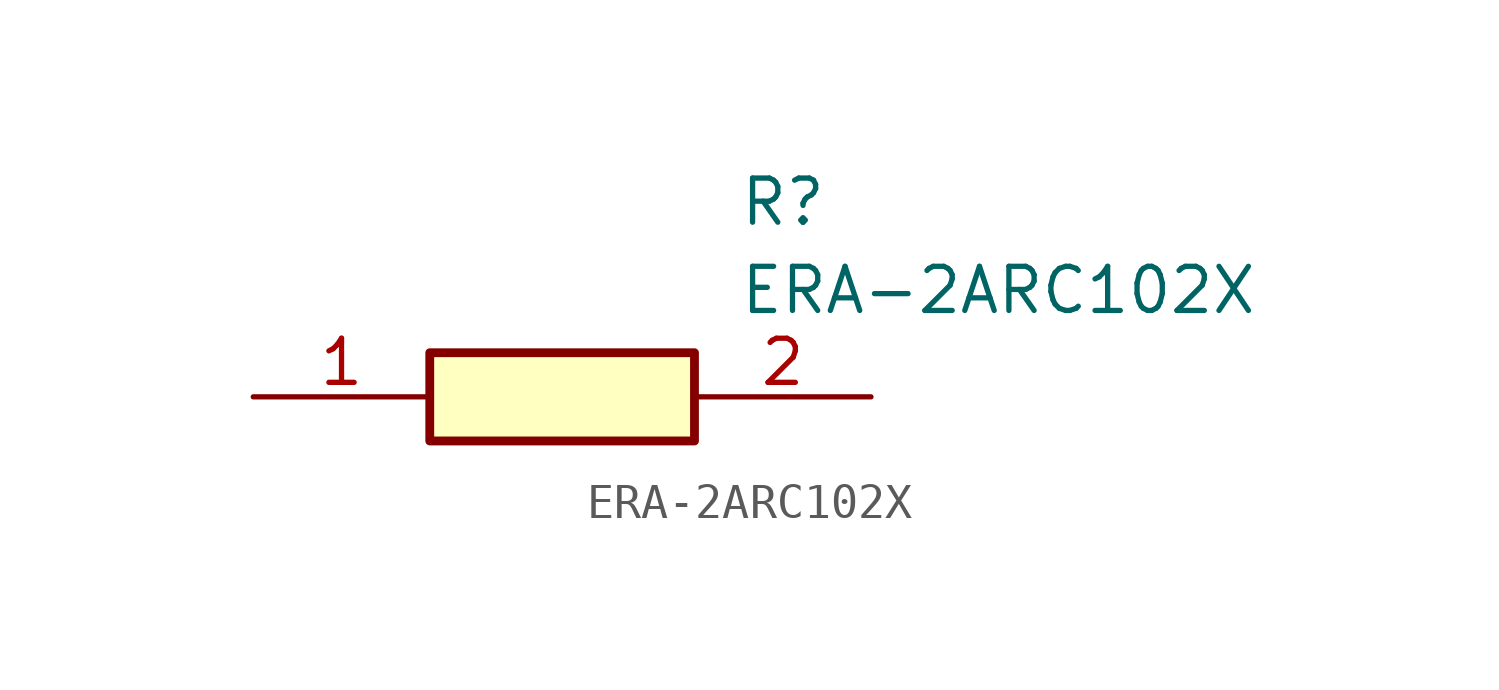
<source format=kicad_sym>
(kicad_symbol_lib
  (version 20211014)
  (generator SamacSys_ECAD_Model)
  (symbol "ERA-2ARC102X"
    (pin_names hide)
    (property "Reference" "R"
      (at 13.97 6.35 0)
      (effects (font (size 1.27 1.27)) (justify left top)))
    (property "Value" "ERA-2ARC102X"
      (at 13.97 3.81 0)
      (effects (font (size 1.27 1.27)) (justify left top)))
    (rectangle
      (start 5.08 1.27)
      (end 12.7 -1.27)
      (stroke (width 0.254) (type default))
      (fill (type background)))
    (pin passive line
      (at 0 0 0)
      (length 5.08)
      (name "1" (effects (font (size 1.27 1.27))))
      (number "1" (effects (font (size 1.27 1.27)))))
    (pin passive line
      (at 17.78 0 180)
      (length 5.08)
      (name "2" (effects (font (size 1.27 1.27))))
      (number "2" (effects (font (size 1.27 1.27)))))))
</source>
